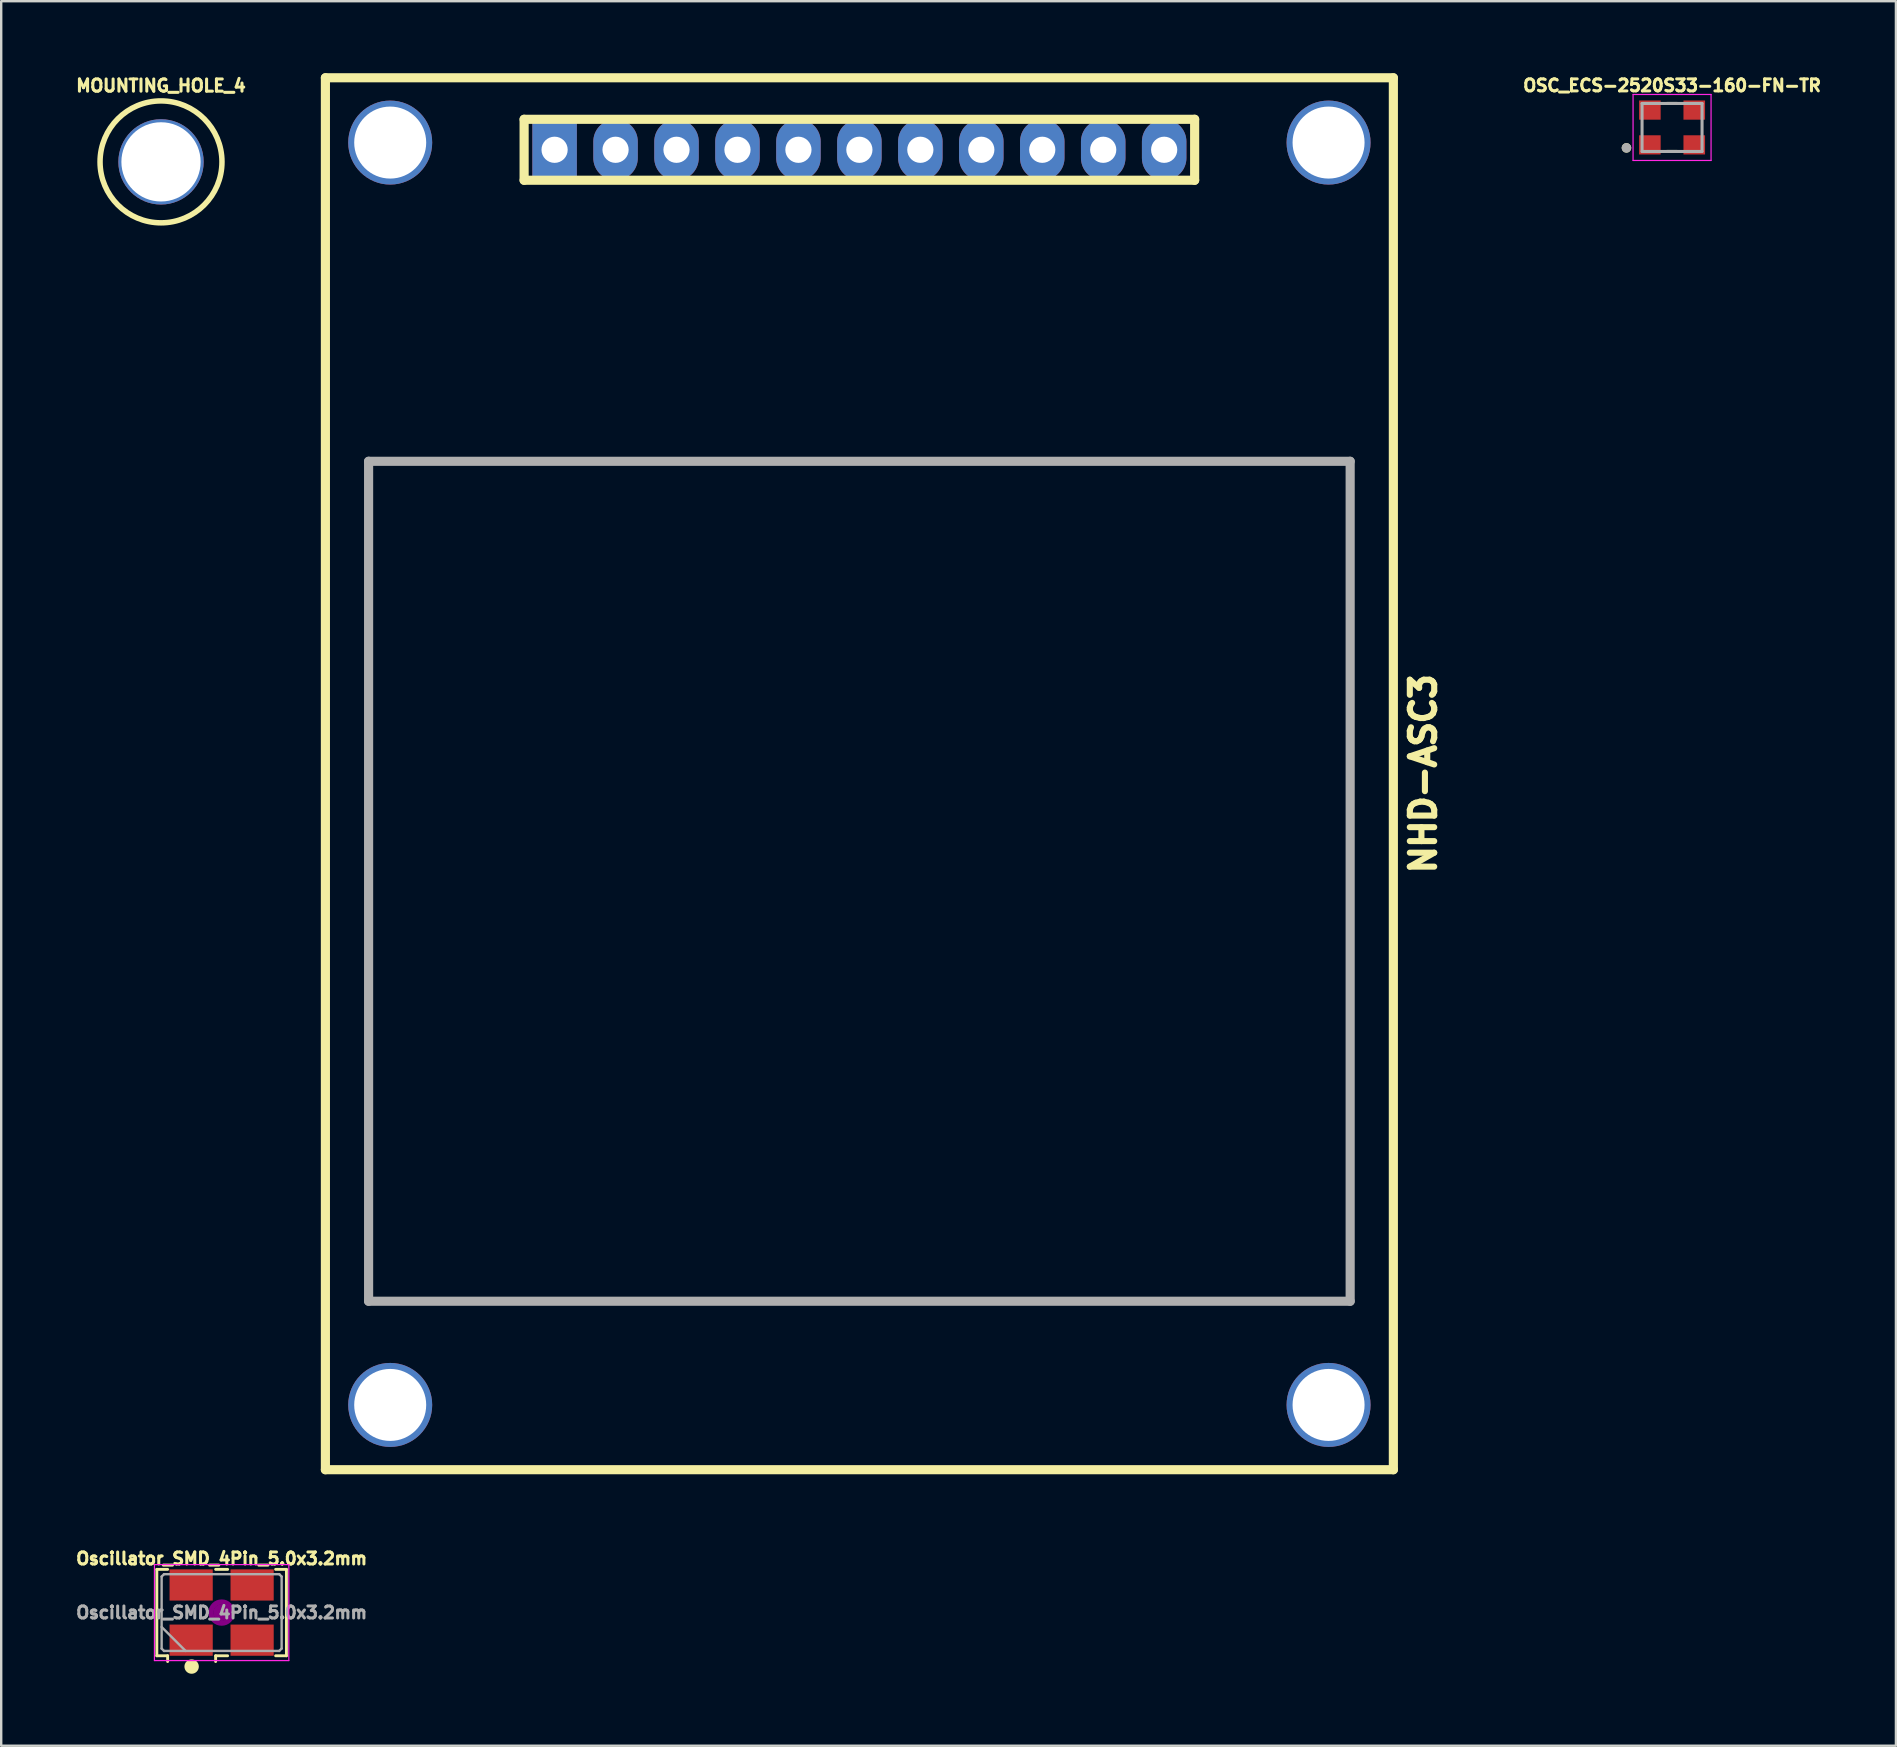
<source format=kicad_pcb>
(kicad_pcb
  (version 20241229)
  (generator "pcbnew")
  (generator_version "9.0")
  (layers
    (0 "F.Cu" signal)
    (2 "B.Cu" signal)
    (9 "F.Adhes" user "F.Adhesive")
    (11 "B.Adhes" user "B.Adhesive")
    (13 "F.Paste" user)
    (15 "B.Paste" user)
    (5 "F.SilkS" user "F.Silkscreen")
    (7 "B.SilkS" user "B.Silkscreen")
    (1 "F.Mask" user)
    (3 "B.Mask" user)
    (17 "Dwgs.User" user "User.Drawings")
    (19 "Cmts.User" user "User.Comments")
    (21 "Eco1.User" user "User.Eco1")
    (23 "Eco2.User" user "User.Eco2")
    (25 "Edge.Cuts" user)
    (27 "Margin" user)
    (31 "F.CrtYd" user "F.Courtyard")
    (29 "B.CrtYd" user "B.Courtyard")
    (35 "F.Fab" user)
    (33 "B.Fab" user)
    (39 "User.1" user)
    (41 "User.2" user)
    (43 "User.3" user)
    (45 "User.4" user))
  (footprint "OSC_ECS-2520S33-160-FN-TR"
    (layer "F.Cu")
    (at 66.622 2.262)
    (property "Reference" "OSC_ECS-2520S33-160-FN-TR" (at 0 -1.75 0) (layer "F.SilkS") (effects (font (size 0.5 0.5) (thickness 0.125) (bold yes))))
    (attr smd)
    (fp_line (start -0.221 -1) (end 0.221 -1) (stroke (width 0.127) (type solid)) (layer "F.SilkS"))
    (fp_line (start -0.221 1) (end 0.221 1) (stroke (width 0.127) (type solid)) (layer "F.SilkS"))
    (fp_circle (center -1.9 0.85) (end -1.8 0.85) (stroke (width 0.2) (type solid)) (fill no) (layer "F.SilkS"))
    (fp_line (start -1.625 -1.375) (end 1.625 -1.375) (stroke (width 0.05) (type solid)) (layer "F.CrtYd"))
    (fp_line (start -1.625 1.375) (end -1.625 -1.375) (stroke (width 0.05) (type solid)) (layer "F.CrtYd"))
    (fp_line (start 1.625 -1.375) (end 1.625 1.375) (stroke (width 0.05) (type solid)) (layer "F.CrtYd"))
    (fp_line (start 1.625 1.375) (end -1.625 1.375) (stroke (width 0.05) (type solid)) (layer "F.CrtYd"))
    (fp_line (start -1.25 -1) (end 1.25 -1) (stroke (width 0.127) (type solid)) (layer "F.Fab"))
    (fp_line (start -1.25 1) (end -1.25 -1) (stroke (width 0.127) (type solid)) (layer "F.Fab"))
    (fp_line (start 1.25 -1) (end 1.25 1) (stroke (width 0.127) (type solid)) (layer "F.Fab"))
    (fp_line (start 1.25 1) (end -1.25 1) (stroke (width 0.127) (type solid)) (layer "F.Fab"))
    (fp_circle (center -1.9 0.85) (end -1.8 0.85) (stroke (width 0.2) (type solid)) (fill no) (layer "F.Fab"))
    (pad "1" smd rect (at -0.925 0.725 180) (size 0.9 0.8) (layers "F.Cu" "F.Mask" "F.Paste"))
    (pad "2" smd rect (at 0.925 0.725 180) (size 0.9 0.8) (layers "F.Cu" "F.Mask" "F.Paste"))
    (pad "3" smd rect (at 0.925 -0.725 180) (size 0.9 0.8) (layers "F.Cu" "F.Mask" "F.Paste"))
    (pad "4" smd rect (at -0.925 -0.725 180) (size 0.9 0.8) (layers "F.Cu" "F.Mask" "F.Paste")))
  (footprint "Oscillator_SMD_4Pin_5.0x3.2mm"
    (layer "F.Cu")
    (at 6.185 64.143)
    (property "Reference" "Oscillator_SMD_4Pin_5.0x3.2mm" (at 0 -2.25 0) (layer "F.SilkS") (effects (font (size 0.5 0.5) (thickness 0.125) (bold yes))))
    (attr smd)
    (fp_line (start -2.7 -1.8) (end -2.25 -1.8) (stroke (width 0.12) (type solid)) (layer "F.SilkS"))
    (fp_line (start -2.7 1.8) (end -2.7 -1.8) (stroke (width 0.12) (type solid)) (layer "F.SilkS"))
    (fp_line (start -2.25 1.8) (end -2.7 1.8) (stroke (width 0.12) (type solid)) (layer "F.SilkS"))
    (fp_line (start -2.25 2.04) (end -2.25 1.8) (stroke (width 0.12) (type solid)) (layer "F.SilkS"))
    (fp_line (start -0.25 -1.8) (end 0.25 -1.8) (stroke (width 0.12) (type solid)) (layer "F.SilkS"))
    (fp_line (start -0.25 1.8) (end -0.25 2.04) (stroke (width 0.12) (type solid)) (layer "F.SilkS"))
    (fp_line (start 0.25 1.8) (end -0.25 1.8) (stroke (width 0.12) (type solid)) (layer "F.SilkS"))
    (fp_line (start 2.25 -1.8) (end 2.7 -1.8) (stroke (width 0.12) (type solid)) (layer "F.SilkS"))
    (fp_line (start 2.7 -1.8) (end 2.7 1.8) (stroke (width 0.12) (type solid)) (layer "F.SilkS"))
    (fp_line (start 2.7 1.8) (end 2.25 1.8) (stroke (width 0.12) (type solid)) (layer "F.SilkS"))
    (fp_circle (center -1.25 2.25) (end -1 2.25) (stroke (width 0.1) (type solid)) (fill yes) (layer "F.SilkS"))
    (fp_circle (center 0 0) (end 0.117 0) (stroke (width 0.233) (type solid)) (fill no) (layer "F.Adhes"))
    (fp_circle (center 0 0) (end 0.267 0) (stroke (width 0.167) (type solid)) (fill no) (layer "F.Adhes"))
    (fp_circle (center 0 0) (end 0.417 0) (stroke (width 0.167) (type solid)) (fill no) (layer "F.Adhes"))
    (fp_circle (center 0 0) (end 0.5 0) (stroke (width 0.1) (type solid)) (fill no) (layer "F.Adhes"))
    (fp_line (start -2.8 -2) (end -2.8 2) (stroke (width 0.05) (type solid)) (layer "F.CrtYd"))
    (fp_line (start -2.8 2) (end 2.8 2) (stroke (width 0.05) (type solid)) (layer "F.CrtYd"))
    (fp_line (start 2.8 -2) (end -2.8 -2) (stroke (width 0.05) (type solid)) (layer "F.CrtYd"))
    (fp_line (start 2.8 2) (end 2.8 -2) (stroke (width 0.05) (type solid)) (layer "F.CrtYd"))
    (fp_line (start -2.5 -1.5) (end -2.4 -1.6) (stroke (width 0.1) (type solid)) (layer "F.Fab"))
    (fp_line (start -2.5 0.6) (end -1.5 1.6) (stroke (width 0.1) (type solid)) (layer "F.Fab"))
    (fp_line (start -2.5 1.5) (end -2.5 -1.5) (stroke (width 0.1) (type solid)) (layer "F.Fab"))
    (fp_line (start -2.4 -1.6) (end 2.4 -1.6) (stroke (width 0.1) (type solid)) (layer "F.Fab"))
    (fp_line (start -2.4 1.6) (end -2.5 1.5) (stroke (width 0.1) (type solid)) (layer "F.Fab"))
    (fp_line (start 2.4 -1.6) (end 2.5 -1.5) (stroke (width 0.1) (type solid)) (layer "F.Fab"))
    (fp_line (start 2.4 1.6) (end -2.4 1.6) (stroke (width 0.1) (type solid)) (layer "F.Fab"))
    (fp_line (start 2.5 -1.5) (end 2.5 1.5) (stroke (width 0.1) (type solid)) (layer "F.Fab"))
    (fp_line (start 2.5 1.5) (end 2.4 1.6) (stroke (width 0.1) (type solid)) (layer "F.Fab"))
    (fp_text user "${REFERENCE}" (at 0 0 0) (layer "F.Fab") (effects (font (size 0.5 0.5) (thickness 0.125) (bold yes))))
    (pad "1" smd rect (at -1.27 1.15) (size 1.8 1.3) (layers "F.Cu" "F.Mask" "F.Paste"))
    (pad "2" smd rect (at 1.27 1.15) (size 1.8 1.3) (layers "F.Cu" "F.Mask" "F.Paste"))
    (pad "3" smd rect (at 1.27 -1.15) (size 1.8 1.3) (layers "F.Cu" "F.Mask" "F.Paste"))
    (pad "4" smd rect (at -1.27 -1.15) (size 1.8 1.3) (layers "F.Cu" "F.Mask" "F.Paste")))
  (footprint "NHD-ASC3"
    (layer "F.Cu")
    (at 32.759 29.191)
    (property "Reference" "NHD-ASC3" (at 23.495 0 90) (layer "F.SilkS") (effects (font (size 1.016 1.016) (thickness 0.254))))
    (attr through_hole)
    (fp_line (start -22.25 -29) (end -22.25 29) (stroke (width 0.381) (type solid)) (layer "F.SilkS"))
    (fp_line (start -22.25 -29) (end 22.25 -29) (stroke (width 0.381) (type solid)) (layer "F.SilkS"))
    (fp_line (start -22.25 29) (end 22.25 29) (stroke (width 0.381) (type solid)) (layer "F.SilkS"))
    (fp_line (start -13.97 -27.27) (end -13.97 -24.73) (stroke (width 0.381) (type solid)) (layer "F.SilkS"))
    (fp_line (start -13.97 -24.73) (end 13.97 -24.73) (stroke (width 0.381) (type solid)) (layer "F.SilkS"))
    (fp_line (start 13.97 -27.27) (end -13.97 -27.27) (stroke (width 0.381) (type solid)) (layer "F.SilkS"))
    (fp_line (start 13.97 -24.73) (end 13.97 -27.27) (stroke (width 0.381) (type solid)) (layer "F.SilkS"))
    (fp_line (start 22.25 29) (end 22.25 -29) (stroke (width 0.381) (type solid)) (layer "F.SilkS"))
    (fp_line (start -20.45 -13.02) (end -20.45 21.98) (stroke (width 0.381) (type solid)) (layer "F.Fab"))
    (fp_line (start -20.45 21.98) (end 20.45 21.98) (stroke (width 0.381) (type solid)) (layer "F.Fab"))
    (fp_line (start 20.45 -13.02) (end -20.45 -13.02) (stroke (width 0.381) (type solid)) (layer "F.Fab"))
    (fp_line (start 20.45 -13.02) (end 20.45 21.98) (stroke (width 0.381) (type solid)) (layer "F.Fab"))
    (pad "" thru_hole circle (at -19.55 -26.3) (size 3.5 3.5) (drill 3) (layers "*.Cu" "*.Mask"))
    (pad "" thru_hole circle (at -19.55 26.3) (size 3.5 3.5) (drill 3) (layers "*.Cu" "*.Mask"))
    (pad "" thru_hole circle (at 19.55 -26.3) (size 3.5 3.5) (drill 3) (layers "*.Cu" "*.Mask"))
    (pad "" thru_hole circle (at 19.55 26.3) (size 3.5 3.5) (drill 3) (layers "*.Cu" "*.Mask"))
    (pad "1" thru_hole rect (at -12.7 -26) (size 1.854 2.54) (drill 1.092) (layers "*.Cu" "*.Mask"))
    (pad "2" thru_hole oval (at -10.16 -26) (size 1.854 2.54) (drill 1.092) (layers "*.Cu" "*.Mask"))
    (pad "3" thru_hole oval (at -7.62 -26) (size 1.854 2.54) (drill 1.092) (layers "*.Cu" "*.Mask"))
    (pad "4" thru_hole oval (at -5.08 -26) (size 1.854 2.54) (drill 1.092) (layers "*.Cu" "*.Mask"))
    (pad "5" thru_hole oval (at -2.54 -26) (size 1.854 2.54) (drill 1.092) (layers "*.Cu" "*.Mask"))
    (pad "6" thru_hole oval (at 0 -26) (size 1.854 2.54) (drill 1.092) (layers "*.Cu" "*.Mask"))
    (pad "7" thru_hole oval (at 2.54 -26) (size 1.854 2.54) (drill 1.092) (layers "*.Cu" "*.Mask"))
    (pad "8" thru_hole oval (at 5.08 -26) (size 1.854 2.54) (drill 1.092) (layers "*.Cu" "*.Mask"))
    (pad "9" thru_hole oval (at 7.62 -26) (size 1.854 2.54) (drill 1.092) (layers "*.Cu" "*.Mask"))
    (pad "10" thru_hole oval (at 10.16 -26) (size 1.854 2.54) (drill 1.092) (layers "*.Cu" "*.Mask"))
    (pad "11" thru_hole oval (at 12.7 -26) (size 1.854 2.54) (drill 1.092) (layers "*.Cu" "*.Mask")))
  (footprint "MOUNTING_HOLE_4"
    (layer "F.Cu")
    (at 3.659 3.695)
    (property "Reference" "MOUNTING_HOLE_4" (at 0 -3.175 0) (layer "F.SilkS") (effects (font (size 0.508 0.508) (thickness 0.127))))
    (property "Value" "${VALUE}" (at 0 3.175 0) (layer "F.Fab") (hide yes) (effects (font (size 0.508 0.508) (thickness 0.127))))
    (attr through_hole)
    (fp_circle (center 0 0) (end 2.54 0) (stroke (width 0.229) (type solid)) (fill no) (layer "F.SilkS"))
    (pad "1" thru_hole circle (at 0 0) (size 3.556 3.556) (drill 3.302) (layers "*.Cu" "*.Mask")))
  (gr_rect
    (start -3 -3)
    (end 75.95 69.693)
    (stroke (width 0.1) (type default))
    (fill no)
    (layer "Edge.Cuts")))
</source>
